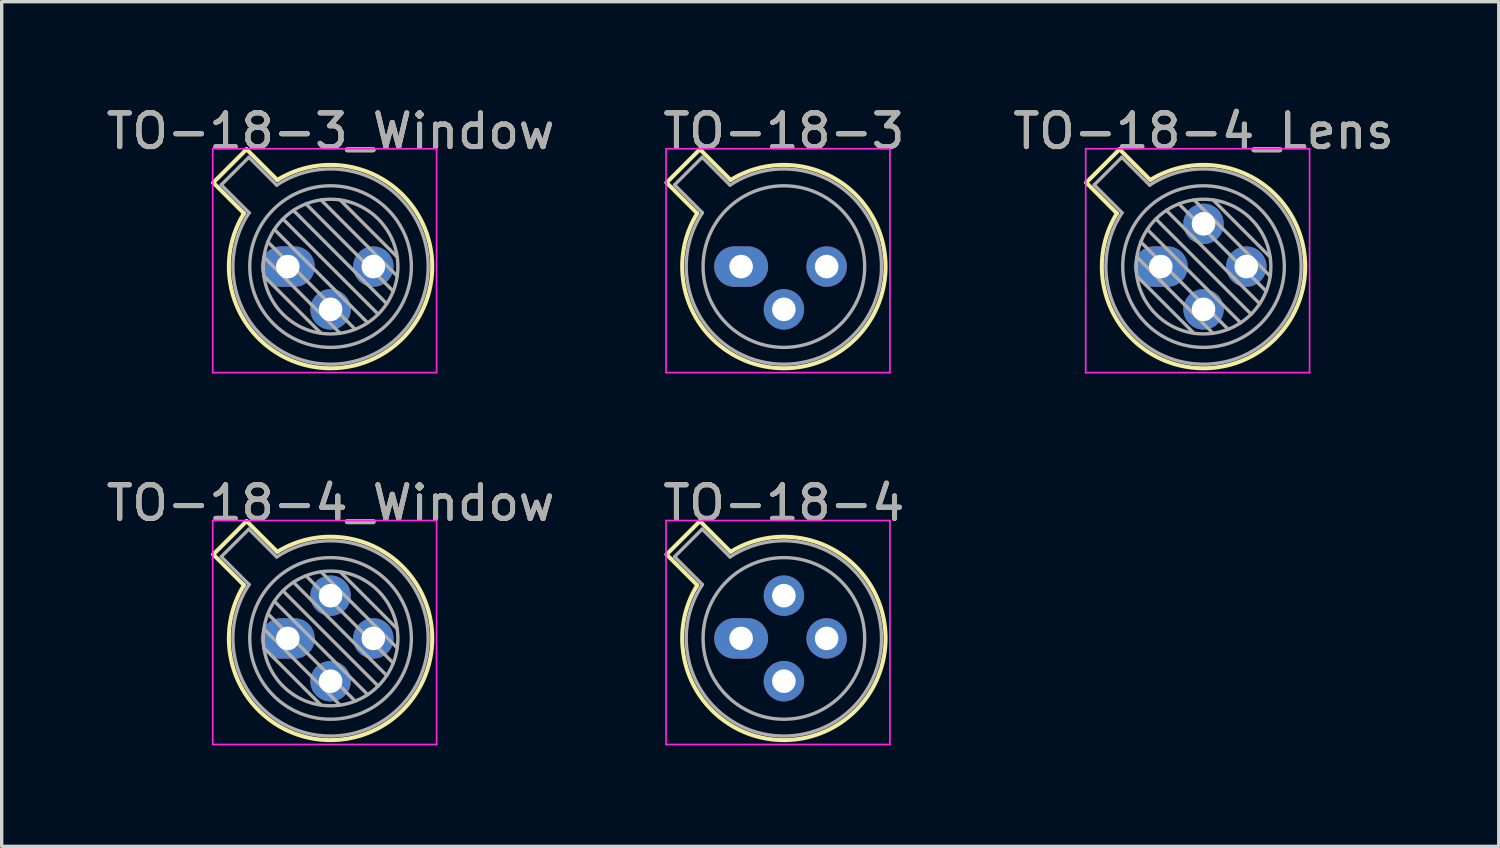
<source format=kicad_pcb>
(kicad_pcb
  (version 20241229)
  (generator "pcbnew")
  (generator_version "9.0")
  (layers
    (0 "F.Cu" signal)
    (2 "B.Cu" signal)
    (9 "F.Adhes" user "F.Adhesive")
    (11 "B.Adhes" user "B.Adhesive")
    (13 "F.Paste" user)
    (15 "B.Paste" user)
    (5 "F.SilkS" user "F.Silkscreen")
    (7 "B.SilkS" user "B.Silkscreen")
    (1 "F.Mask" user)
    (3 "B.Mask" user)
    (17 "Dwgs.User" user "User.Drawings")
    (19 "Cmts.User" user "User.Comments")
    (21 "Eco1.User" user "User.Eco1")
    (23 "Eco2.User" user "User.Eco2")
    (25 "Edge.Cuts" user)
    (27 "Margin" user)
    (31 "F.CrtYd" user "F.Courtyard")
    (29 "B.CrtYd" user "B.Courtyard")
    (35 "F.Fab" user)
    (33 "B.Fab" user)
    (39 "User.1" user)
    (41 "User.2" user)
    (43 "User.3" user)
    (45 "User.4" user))
  (footprint "TO-18-3"
    (layer "F.Cu")
    (at 18.962 4.868)
    (property "Reference" "TO-18-3" (at 1.27 -4.02 0) (layer "F.SilkS") (effects (font (size 1 1) (thickness 0.15))))
    (attr through_hole)
    (fp_line (start -2.214 -2.494) (end -1.302 -1.582) (stroke (width 0.12) (type solid)) (layer "F.SilkS"))
    (fp_line (start -1.224 -3.484) (end -2.214 -2.494) (stroke (width 0.12) (type solid)) (layer "F.SilkS"))
    (fp_line (start -0.312 -2.572) (end -1.224 -3.484) (stroke (width 0.12) (type solid)) (layer "F.SilkS"))
    (fp_arc (start -0.312331 -2.572281) (mid 3.405374 2.135551) (end -1.30215 -1.582544) (stroke (width 0.12) (type solid)) (layer "F.SilkS"))
    (fp_line (start -2.23 -3.5) (end -2.23 3.15) (stroke (width 0.05) (type solid)) (layer "F.CrtYd"))
    (fp_line (start -2.23 3.15) (end 4.42 3.15) (stroke (width 0.05) (type solid)) (layer "F.CrtYd"))
    (fp_line (start 4.42 -3.5) (end -2.23 -3.5) (stroke (width 0.05) (type solid)) (layer "F.CrtYd"))
    (fp_line (start 4.42 3.15) (end 4.42 -3.5) (stroke (width 0.05) (type solid)) (layer "F.CrtYd"))
    (fp_line (start -1.977 -2.426) (end -1.149 -1.599) (stroke (width 0.1) (type solid)) (layer "F.Fab"))
    (fp_line (start -1.156 -3.247) (end -1.977 -2.426) (stroke (width 0.1) (type solid)) (layer "F.Fab"))
    (fp_line (start -0.329 -2.419) (end -1.156 -3.247) (stroke (width 0.1) (type solid)) (layer "F.Fab"))
    (fp_arc (start -0.329057 -2.419301) (mid 3.321076 2.050143) (end -1.150029 -1.597956) (stroke (width 0.1) (type solid)) (layer "F.Fab"))
    (fp_circle (center 1.27 0) (end 3.67 0) (stroke (width 0.1) (type solid)) (fill no) (layer "F.Fab"))
    (fp_text user "${REFERENCE}" (at 1.27 -4.02 0) (layer "F.Fab") (effects (font (size 1 1) (thickness 0.15))))
    (pad "1" thru_hole oval (at 0 0) (size 1.6 1.2) (drill 0.7) (layers "*.Cu" "*.Mask"))
    (pad "2" thru_hole oval (at 1.27 1.27) (size 1.2 1.2) (drill 0.7) (layers "*.Cu" "*.Mask"))
    (pad "3" thru_hole oval (at 2.54 0) (size 1.2 1.2) (drill 0.7) (layers "*.Cu" "*.Mask")))
  (footprint "TO-18-4_Window"
    (layer "F.Cu")
    (at 5.498 15.912)
    (property "Reference" "TO-18-4_Window" (at 1.27 -4.02 0) (layer "F.SilkS") (effects (font (size 1 1) (thickness 0.15))))
    (attr through_hole)
    (fp_line (start -2.214 -2.494) (end -1.302 -1.582) (stroke (width 0.12) (type solid)) (layer "F.SilkS"))
    (fp_line (start -1.224 -3.484) (end -2.214 -2.494) (stroke (width 0.12) (type solid)) (layer "F.SilkS"))
    (fp_line (start -0.312 -2.572) (end -1.224 -3.484) (stroke (width 0.12) (type solid)) (layer "F.SilkS"))
    (fp_arc (start -0.312331 -2.572281) (mid 3.405374 2.135551) (end -1.30215 -1.582544) (stroke (width 0.12) (type solid)) (layer "F.SilkS"))
    (fp_line (start -2.23 -3.5) (end -2.23 3.15) (stroke (width 0.05) (type solid)) (layer "F.CrtYd"))
    (fp_line (start -2.23 3.15) (end 4.42 3.15) (stroke (width 0.05) (type solid)) (layer "F.CrtYd"))
    (fp_line (start 4.42 -3.5) (end -2.23 -3.5) (stroke (width 0.05) (type solid)) (layer "F.CrtYd"))
    (fp_line (start 4.42 3.15) (end 4.42 -3.5) (stroke (width 0.05) (type solid)) (layer "F.CrtYd"))
    (fp_line (start -1.977 -2.426) (end -1.149 -1.599) (stroke (width 0.1) (type solid)) (layer "F.Fab"))
    (fp_line (start -1.156 -3.247) (end -1.977 -2.426) (stroke (width 0.1) (type solid)) (layer "F.Fab"))
    (fp_line (start -0.71 -0.283) (end 1.553 1.98) (stroke (width 0.1) (type solid)) (layer "F.Fab"))
    (fp_line (start -0.71 0.283) (end 0.987 1.98) (stroke (width 0.1) (type solid)) (layer "F.Fab"))
    (fp_line (start -0.592 -0.731) (end 2.001 1.862) (stroke (width 0.1) (type solid)) (layer "F.Fab"))
    (fp_line (start -0.399 -1.103) (end 2.373 1.669) (stroke (width 0.1) (type solid)) (layer "F.Fab"))
    (fp_line (start -0.329 -2.419) (end -1.156 -3.247) (stroke (width 0.1) (type solid)) (layer "F.Fab"))
    (fp_line (start -0.145 -1.415) (end 2.685 1.415) (stroke (width 0.1) (type solid)) (layer "F.Fab"))
    (fp_line (start 0.167 -1.669) (end 2.939 1.103) (stroke (width 0.1) (type solid)) (layer "F.Fab"))
    (fp_line (start 0.539 -1.862) (end 3.132 0.731) (stroke (width 0.1) (type solid)) (layer "F.Fab"))
    (fp_line (start 0.987 -1.98) (end 3.25 0.283) (stroke (width 0.1) (type solid)) (layer "F.Fab"))
    (fp_line (start 1.553 -1.98) (end 3.25 -0.283) (stroke (width 0.1) (type solid)) (layer "F.Fab"))
    (fp_arc (start -0.329057 -2.419301) (mid 3.321076 2.050143) (end -1.150029 -1.597956) (stroke (width 0.1) (type solid)) (layer "F.Fab"))
    (fp_circle (center 1.27 0) (end 3.27 0) (stroke (width 0.1) (type solid)) (fill no) (layer "F.Fab"))
    (fp_circle (center 1.27 0) (end 3.67 0) (stroke (width 0.1) (type solid)) (fill no) (layer "F.Fab"))
    (fp_text user "${REFERENCE}" (at 1.27 -4.02 0) (layer "F.Fab") (effects (font (size 1 1) (thickness 0.15))))
    (pad "1" thru_hole oval (at 0 0) (size 1.6 1.2) (drill 0.7) (layers "*.Cu" "*.Mask"))
    (pad "2" thru_hole oval (at 1.27 1.27) (size 1.2 1.2) (drill 0.7) (layers "*.Cu" "*.Mask"))
    (pad "3" thru_hole oval (at 2.54 0) (size 1.2 1.2) (drill 0.7) (layers "*.Cu" "*.Mask"))
    (pad "4" thru_hole oval (at 1.27 -1.27) (size 1.2 1.2) (drill 0.7) (layers "*.Cu" "*.Mask")))
  (footprint "TO-18-3_Window"
    (layer "F.Cu")
    (at 5.498 4.868)
    (property "Reference" "TO-18-3_Window" (at 1.27 -4.02 0) (layer "F.SilkS") (effects (font (size 1 1) (thickness 0.15))))
    (attr through_hole)
    (fp_line (start -2.214 -2.494) (end -1.302 -1.582) (stroke (width 0.12) (type solid)) (layer "F.SilkS"))
    (fp_line (start -1.224 -3.484) (end -2.214 -2.494) (stroke (width 0.12) (type solid)) (layer "F.SilkS"))
    (fp_line (start -0.312 -2.572) (end -1.224 -3.484) (stroke (width 0.12) (type solid)) (layer "F.SilkS"))
    (fp_arc (start -0.312331 -2.572281) (mid 3.405374 2.135551) (end -1.30215 -1.582544) (stroke (width 0.12) (type solid)) (layer "F.SilkS"))
    (fp_line (start -2.23 -3.5) (end -2.23 3.15) (stroke (width 0.05) (type solid)) (layer "F.CrtYd"))
    (fp_line (start -2.23 3.15) (end 4.42 3.15) (stroke (width 0.05) (type solid)) (layer "F.CrtYd"))
    (fp_line (start 4.42 -3.5) (end -2.23 -3.5) (stroke (width 0.05) (type solid)) (layer "F.CrtYd"))
    (fp_line (start 4.42 3.15) (end 4.42 -3.5) (stroke (width 0.05) (type solid)) (layer "F.CrtYd"))
    (fp_line (start -1.977 -2.426) (end -1.149 -1.599) (stroke (width 0.1) (type solid)) (layer "F.Fab"))
    (fp_line (start -1.156 -3.247) (end -1.977 -2.426) (stroke (width 0.1) (type solid)) (layer "F.Fab"))
    (fp_line (start -0.71 -0.283) (end 1.553 1.98) (stroke (width 0.1) (type solid)) (layer "F.Fab"))
    (fp_line (start -0.71 0.283) (end 0.987 1.98) (stroke (width 0.1) (type solid)) (layer "F.Fab"))
    (fp_line (start -0.592 -0.731) (end 2.001 1.862) (stroke (width 0.1) (type solid)) (layer "F.Fab"))
    (fp_line (start -0.399 -1.103) (end 2.373 1.669) (stroke (width 0.1) (type solid)) (layer "F.Fab"))
    (fp_line (start -0.329 -2.419) (end -1.156 -3.247) (stroke (width 0.1) (type solid)) (layer "F.Fab"))
    (fp_line (start -0.145 -1.415) (end 2.685 1.415) (stroke (width 0.1) (type solid)) (layer "F.Fab"))
    (fp_line (start 0.167 -1.669) (end 2.939 1.103) (stroke (width 0.1) (type solid)) (layer "F.Fab"))
    (fp_line (start 0.539 -1.862) (end 3.132 0.731) (stroke (width 0.1) (type solid)) (layer "F.Fab"))
    (fp_line (start 0.987 -1.98) (end 3.25 0.283) (stroke (width 0.1) (type solid)) (layer "F.Fab"))
    (fp_line (start 1.553 -1.98) (end 3.25 -0.283) (stroke (width 0.1) (type solid)) (layer "F.Fab"))
    (fp_arc (start -0.329057 -2.419301) (mid 3.321076 2.050143) (end -1.150029 -1.597956) (stroke (width 0.1) (type solid)) (layer "F.Fab"))
    (fp_circle (center 1.27 0) (end 3.27 0) (stroke (width 0.1) (type solid)) (fill no) (layer "F.Fab"))
    (fp_circle (center 1.27 0) (end 3.67 0) (stroke (width 0.1) (type solid)) (fill no) (layer "F.Fab"))
    (fp_text user "${REFERENCE}" (at 1.27 -4.02 0) (layer "F.Fab") (effects (font (size 1 1) (thickness 0.15))))
    (pad "1" thru_hole oval (at 0 0) (size 1.6 1.2) (drill 0.7) (layers "*.Cu" "*.Mask"))
    (pad "2" thru_hole oval (at 1.27 1.27) (size 1.2 1.2) (drill 0.7) (layers "*.Cu" "*.Mask"))
    (pad "3" thru_hole oval (at 2.54 0) (size 1.2 1.2) (drill 0.7) (layers "*.Cu" "*.Mask")))
  (footprint "TO-18-4_Lens"
    (layer "F.Cu")
    (at 31.426 4.868)
    (property "Reference" "TO-18-4_Lens" (at 1.27 -4.02 0) (layer "F.SilkS") (effects (font (size 1 1) (thickness 0.15))))
    (attr through_hole)
    (fp_line (start -2.214 -2.494) (end -1.302 -1.582) (stroke (width 0.12) (type solid)) (layer "F.SilkS"))
    (fp_line (start -1.224 -3.484) (end -2.214 -2.494) (stroke (width 0.12) (type solid)) (layer "F.SilkS"))
    (fp_line (start -0.312 -2.572) (end -1.224 -3.484) (stroke (width 0.12) (type solid)) (layer "F.SilkS"))
    (fp_arc (start -0.312331 -2.572281) (mid 3.405374 2.135551) (end -1.30215 -1.582544) (stroke (width 0.12) (type solid)) (layer "F.SilkS"))
    (fp_line (start -2.23 -3.5) (end -2.23 3.15) (stroke (width 0.05) (type solid)) (layer "F.CrtYd"))
    (fp_line (start -2.23 3.15) (end 4.42 3.15) (stroke (width 0.05) (type solid)) (layer "F.CrtYd"))
    (fp_line (start 4.42 -3.5) (end -2.23 -3.5) (stroke (width 0.05) (type solid)) (layer "F.CrtYd"))
    (fp_line (start 4.42 3.15) (end 4.42 -3.5) (stroke (width 0.05) (type solid)) (layer "F.CrtYd"))
    (fp_line (start -1.977 -2.426) (end -1.149 -1.599) (stroke (width 0.1) (type solid)) (layer "F.Fab"))
    (fp_line (start -1.156 -3.247) (end -1.977 -2.426) (stroke (width 0.1) (type solid)) (layer "F.Fab"))
    (fp_line (start -0.71 -0.283) (end 1.553 1.98) (stroke (width 0.1) (type solid)) (layer "F.Fab"))
    (fp_line (start -0.71 0.283) (end 0.987 1.98) (stroke (width 0.1) (type solid)) (layer "F.Fab"))
    (fp_line (start -0.592 -0.731) (end 2.001 1.862) (stroke (width 0.1) (type solid)) (layer "F.Fab"))
    (fp_line (start -0.399 -1.103) (end 2.373 1.669) (stroke (width 0.1) (type solid)) (layer "F.Fab"))
    (fp_line (start -0.329 -2.419) (end -1.156 -3.247) (stroke (width 0.1) (type solid)) (layer "F.Fab"))
    (fp_line (start -0.145 -1.415) (end 2.685 1.415) (stroke (width 0.1) (type solid)) (layer "F.Fab"))
    (fp_line (start 0.167 -1.669) (end 2.939 1.103) (stroke (width 0.1) (type solid)) (layer "F.Fab"))
    (fp_line (start 0.539 -1.862) (end 3.132 0.731) (stroke (width 0.1) (type solid)) (layer "F.Fab"))
    (fp_line (start 0.987 -1.98) (end 3.25 0.283) (stroke (width 0.1) (type solid)) (layer "F.Fab"))
    (fp_line (start 1.553 -1.98) (end 3.25 -0.283) (stroke (width 0.1) (type solid)) (layer "F.Fab"))
    (fp_arc (start -0.329057 -2.419301) (mid 3.321076 2.050143) (end -1.150029 -1.597956) (stroke (width 0.1) (type solid)) (layer "F.Fab"))
    (fp_circle (center 1.27 0) (end 3.27 0) (stroke (width 0.1) (type solid)) (fill no) (layer "F.Fab"))
    (fp_circle (center 1.27 0) (end 3.67 0) (stroke (width 0.1) (type solid)) (fill no) (layer "F.Fab"))
    (fp_text user "${REFERENCE}" (at 1.27 -4.02 0) (layer "F.Fab") (effects (font (size 1 1) (thickness 0.15))))
    (pad "1" thru_hole oval (at 0 0) (size 1.6 1.2) (drill 0.7) (layers "*.Cu" "*.Mask"))
    (pad "2" thru_hole oval (at 1.27 1.27) (size 1.2 1.2) (drill 0.7) (layers "*.Cu" "*.Mask"))
    (pad "3" thru_hole oval (at 2.54 0) (size 1.2 1.2) (drill 0.7) (layers "*.Cu" "*.Mask"))
    (pad "4" thru_hole oval (at 1.27 -1.27) (size 1.2 1.2) (drill 0.7) (layers "*.Cu" "*.Mask")))
  (footprint "TO-18-4"
    (layer "F.Cu")
    (at 18.962 15.912)
    (property "Reference" "TO-18-4" (at 1.27 -4.02 0) (layer "F.SilkS") (effects (font (size 1 1) (thickness 0.15))))
    (attr through_hole)
    (fp_line (start -2.214 -2.494) (end -1.302 -1.582) (stroke (width 0.12) (type solid)) (layer "F.SilkS"))
    (fp_line (start -1.224 -3.484) (end -2.214 -2.494) (stroke (width 0.12) (type solid)) (layer "F.SilkS"))
    (fp_line (start -0.312 -2.572) (end -1.224 -3.484) (stroke (width 0.12) (type solid)) (layer "F.SilkS"))
    (fp_arc (start -0.312331 -2.572281) (mid 3.405374 2.135551) (end -1.30215 -1.582544) (stroke (width 0.12) (type solid)) (layer "F.SilkS"))
    (fp_line (start -2.23 -3.5) (end -2.23 3.15) (stroke (width 0.05) (type solid)) (layer "F.CrtYd"))
    (fp_line (start -2.23 3.15) (end 4.42 3.15) (stroke (width 0.05) (type solid)) (layer "F.CrtYd"))
    (fp_line (start 4.42 -3.5) (end -2.23 -3.5) (stroke (width 0.05) (type solid)) (layer "F.CrtYd"))
    (fp_line (start 4.42 3.15) (end 4.42 -3.5) (stroke (width 0.05) (type solid)) (layer "F.CrtYd"))
    (fp_line (start -1.977 -2.426) (end -1.149 -1.599) (stroke (width 0.1) (type solid)) (layer "F.Fab"))
    (fp_line (start -1.156 -3.247) (end -1.977 -2.426) (stroke (width 0.1) (type solid)) (layer "F.Fab"))
    (fp_line (start -0.329 -2.419) (end -1.156 -3.247) (stroke (width 0.1) (type solid)) (layer "F.Fab"))
    (fp_arc (start -0.329057 -2.419301) (mid 3.321076 2.050143) (end -1.150029 -1.597956) (stroke (width 0.1) (type solid)) (layer "F.Fab"))
    (fp_circle (center 1.27 0) (end 3.67 0) (stroke (width 0.1) (type solid)) (fill no) (layer "F.Fab"))
    (fp_text user "${REFERENCE}" (at 1.27 -4.02 0) (layer "F.Fab") (effects (font (size 1 1) (thickness 0.15))))
    (pad "1" thru_hole oval (at 0 0) (size 1.6 1.2) (drill 0.7) (layers "*.Cu" "*.Mask"))
    (pad "2" thru_hole oval (at 1.27 1.27) (size 1.2 1.2) (drill 0.7) (layers "*.Cu" "*.Mask"))
    (pad "3" thru_hole oval (at 2.54 0) (size 1.2 1.2) (drill 0.7) (layers "*.Cu" "*.Mask"))
    (pad "4" thru_hole oval (at 1.27 -1.27) (size 1.2 1.2) (drill 0.7) (layers "*.Cu" "*.Mask")))
  (gr_rect
    (start -3 -3)
    (end 41.464 22.087)
    (stroke (width 0.1) (type default))
    (fill no)
    (layer "Edge.Cuts")))
</source>
